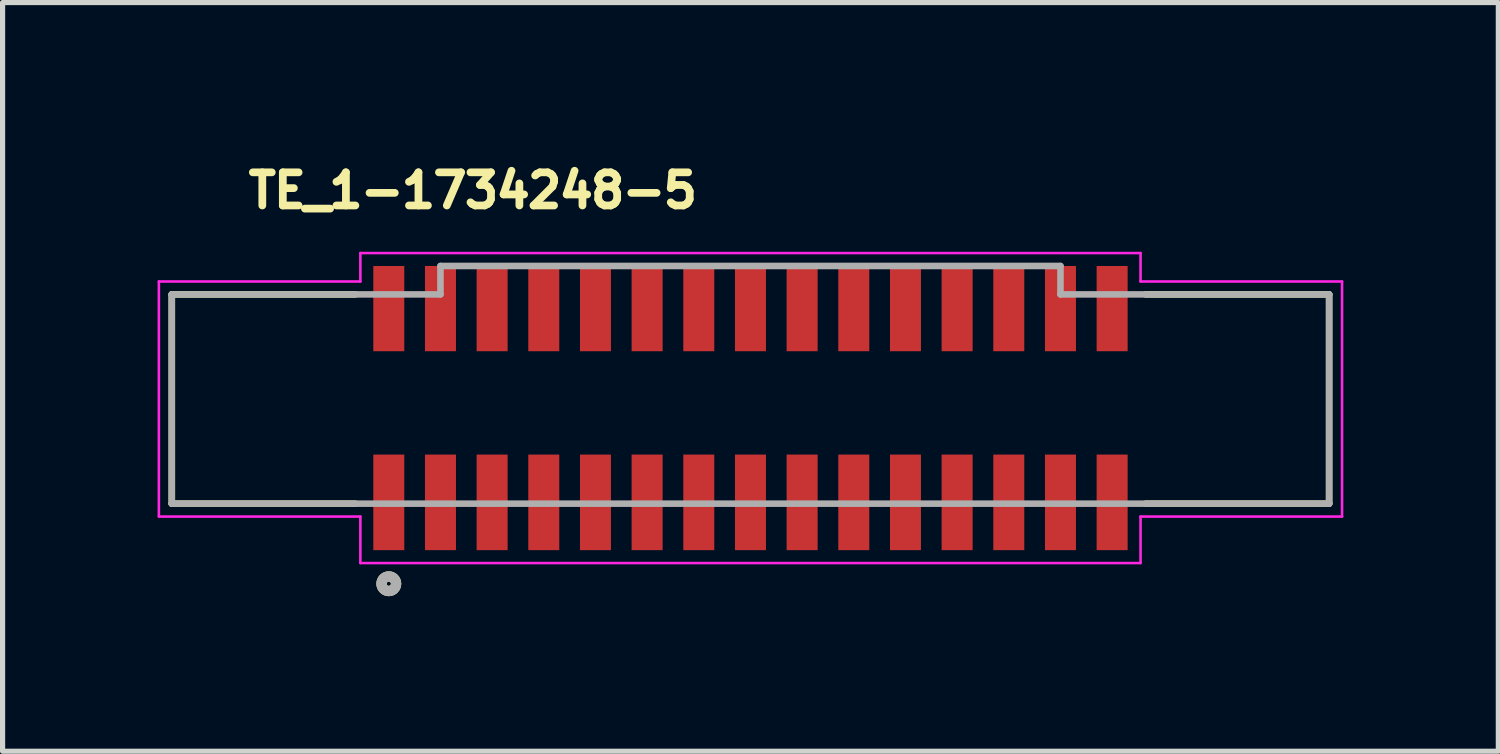
<source format=kicad_pcb>
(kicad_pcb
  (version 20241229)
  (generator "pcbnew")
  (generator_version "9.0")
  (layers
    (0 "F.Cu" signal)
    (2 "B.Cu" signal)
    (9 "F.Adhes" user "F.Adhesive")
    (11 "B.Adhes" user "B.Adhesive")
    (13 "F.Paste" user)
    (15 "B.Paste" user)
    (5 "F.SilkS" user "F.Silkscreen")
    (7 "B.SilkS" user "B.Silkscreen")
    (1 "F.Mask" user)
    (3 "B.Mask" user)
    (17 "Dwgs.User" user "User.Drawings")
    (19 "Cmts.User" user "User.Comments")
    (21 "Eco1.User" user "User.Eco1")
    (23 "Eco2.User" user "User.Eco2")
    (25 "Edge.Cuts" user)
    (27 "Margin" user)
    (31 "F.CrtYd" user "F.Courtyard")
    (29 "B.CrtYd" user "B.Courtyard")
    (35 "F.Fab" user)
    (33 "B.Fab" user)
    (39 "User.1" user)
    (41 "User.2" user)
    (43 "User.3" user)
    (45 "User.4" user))
  (footprint "TE_1-1734248-5"
    (layer "F.Cu")
    (at 11.475 4.648)
    (property "Reference" "TE_1-1734248-5" (at -5.373 -4.01 0) (layer "F.SilkS") (effects (font (size 0.641 0.641) (thickness 0.15))))
    (attr smd)
    (fp_line (start -11.2 -2) (end -7.65 -2) (stroke (width 0.127) (type solid)) (layer "F.SilkS"))
    (fp_line (start -11.2 2.05) (end -11.2 -2) (stroke (width 0.127) (type solid)) (layer "F.SilkS"))
    (fp_line (start -11.2 2.05) (end -7.65 2.05) (stroke (width 0.127) (type solid)) (layer "F.SilkS"))
    (fp_line (start 11.2 -2) (end 7.65 -2) (stroke (width 0.127) (type solid)) (layer "F.SilkS"))
    (fp_line (start 11.2 2.05) (end 7.65 2.05) (stroke (width 0.127) (type solid)) (layer "F.SilkS"))
    (fp_line (start 11.2 2.05) (end 11.2 -2) (stroke (width 0.127) (type solid)) (layer "F.SilkS"))
    (fp_circle (center -7 3.6) (end -6.859 3.6) (stroke (width 0.2) (type solid)) (fill no) (layer "F.SilkS"))
    (fp_line (start -11.45 -2.25) (end -7.55 -2.25) (stroke (width 0.05) (type solid)) (layer "F.CrtYd"))
    (fp_line (start -11.45 2.3) (end -11.45 -2.25) (stroke (width 0.05) (type solid)) (layer "F.CrtYd"))
    (fp_line (start -7.55 -2.8) (end 7.55 -2.8) (stroke (width 0.05) (type solid)) (layer "F.CrtYd"))
    (fp_line (start -7.55 -2.25) (end -7.55 -2.8) (stroke (width 0.05) (type solid)) (layer "F.CrtYd"))
    (fp_line (start -7.55 2.3) (end -11.45 2.3) (stroke (width 0.05) (type solid)) (layer "F.CrtYd"))
    (fp_line (start -7.55 3.2) (end -7.55 2.3) (stroke (width 0.05) (type solid)) (layer "F.CrtYd"))
    (fp_line (start 7.55 -2.8) (end 7.55 -2.25) (stroke (width 0.05) (type solid)) (layer "F.CrtYd"))
    (fp_line (start 7.55 -2.25) (end 11.45 -2.25) (stroke (width 0.05) (type solid)) (layer "F.CrtYd"))
    (fp_line (start 7.55 2.3) (end 7.55 3.2) (stroke (width 0.05) (type solid)) (layer "F.CrtYd"))
    (fp_line (start 7.55 3.2) (end -7.55 3.2) (stroke (width 0.05) (type solid)) (layer "F.CrtYd"))
    (fp_line (start 11.45 -2.25) (end 11.45 2.3) (stroke (width 0.05) (type solid)) (layer "F.CrtYd"))
    (fp_line (start 11.45 2.3) (end 7.55 2.3) (stroke (width 0.05) (type solid)) (layer "F.CrtYd"))
    (fp_line (start -11.2 -2) (end -6 -2) (stroke (width 0.127) (type solid)) (layer "F.Fab"))
    (fp_line (start -11.2 2.05) (end -11.2 -2) (stroke (width 0.127) (type solid)) (layer "F.Fab"))
    (fp_line (start -6 -2.55) (end 6 -2.55) (stroke (width 0.127) (type solid)) (layer "F.Fab"))
    (fp_line (start -6 -2) (end -6 -2.55) (stroke (width 0.127) (type solid)) (layer "F.Fab"))
    (fp_line (start 6 -2) (end 6 -2.55) (stroke (width 0.127) (type solid)) (layer "F.Fab"))
    (fp_line (start 11.2 -2) (end 6 -2) (stroke (width 0.127) (type solid)) (layer "F.Fab"))
    (fp_line (start 11.2 2.05) (end -11.2 2.05) (stroke (width 0.127) (type solid)) (layer "F.Fab"))
    (fp_line (start 11.2 2.05) (end 11.2 -2) (stroke (width 0.127) (type solid)) (layer "F.Fab"))
    (fp_circle (center -7 3.6) (end -6.859 3.6) (stroke (width 0.2) (type solid)) (fill no) (layer "F.Fab"))
    (pad "1" smd rect (at -7 2.025 180) (size 0.6 1.85) (layers "F.Cu" "F.Mask" "F.Paste"))
    (pad "1_1" smd rect (at -7 -1.725 180) (size 0.6 1.65) (layers "F.Cu" "F.Mask" "F.Paste"))
    (pad "2" smd rect (at -6 2.025 180) (size 0.6 1.85) (layers "F.Cu" "F.Mask" "F.Paste"))
    (pad "2_1" smd rect (at -6 -1.725 180) (size 0.6 1.65) (layers "F.Cu" "F.Mask" "F.Paste"))
    (pad "3" smd rect (at -5 2.025 180) (size 0.6 1.85) (layers "F.Cu" "F.Mask" "F.Paste"))
    (pad "3_1" smd rect (at -5 -1.725 180) (size 0.6 1.65) (layers "F.Cu" "F.Mask" "F.Paste"))
    (pad "4" smd rect (at -4 2.025 180) (size 0.6 1.85) (layers "F.Cu" "F.Mask" "F.Paste"))
    (pad "4_1" smd rect (at -4 -1.725 180) (size 0.6 1.65) (layers "F.Cu" "F.Mask" "F.Paste"))
    (pad "5" smd rect (at -3 2.025 180) (size 0.6 1.85) (layers "F.Cu" "F.Mask" "F.Paste"))
    (pad "5_1" smd rect (at -3 -1.725 180) (size 0.6 1.65) (layers "F.Cu" "F.Mask" "F.Paste"))
    (pad "6" smd rect (at -2 2.025 180) (size 0.6 1.85) (layers "F.Cu" "F.Mask" "F.Paste"))
    (pad "6_1" smd rect (at -2 -1.725 180) (size 0.6 1.65) (layers "F.Cu" "F.Mask" "F.Paste"))
    (pad "7" smd rect (at -1 2.025 180) (size 0.6 1.85) (layers "F.Cu" "F.Mask" "F.Paste"))
    (pad "7_1" smd rect (at -1 -1.725 180) (size 0.6 1.65) (layers "F.Cu" "F.Mask" "F.Paste"))
    (pad "8" smd rect (at 0 2.025 180) (size 0.6 1.85) (layers "F.Cu" "F.Mask" "F.Paste"))
    (pad "8_1" smd rect (at 0 -1.725 180) (size 0.6 1.65) (layers "F.Cu" "F.Mask" "F.Paste"))
    (pad "9" smd rect (at 1 2.025 180) (size 0.6 1.85) (layers "F.Cu" "F.Mask" "F.Paste"))
    (pad "9_1" smd rect (at 1 -1.725 180) (size 0.6 1.65) (layers "F.Cu" "F.Mask" "F.Paste"))
    (pad "10" smd rect (at 2 2.025 180) (size 0.6 1.85) (layers "F.Cu" "F.Mask" "F.Paste"))
    (pad "10_1" smd rect (at 2 -1.725 180) (size 0.6 1.65) (layers "F.Cu" "F.Mask" "F.Paste"))
    (pad "11" smd rect (at 3 2.025 180) (size 0.6 1.85) (layers "F.Cu" "F.Mask" "F.Paste"))
    (pad "11_1" smd rect (at 3 -1.725 180) (size 0.6 1.65) (layers "F.Cu" "F.Mask" "F.Paste"))
    (pad "12" smd rect (at 4 2.025 180) (size 0.6 1.85) (layers "F.Cu" "F.Mask" "F.Paste"))
    (pad "12_1" smd rect (at 4 -1.725 180) (size 0.6 1.65) (layers "F.Cu" "F.Mask" "F.Paste"))
    (pad "13" smd rect (at 5 2.025 180) (size 0.6 1.85) (layers "F.Cu" "F.Mask" "F.Paste"))
    (pad "13_1" smd rect (at 5 -1.725 180) (size 0.6 1.65) (layers "F.Cu" "F.Mask" "F.Paste"))
    (pad "14" smd rect (at 6 2.025 180) (size 0.6 1.85) (layers "F.Cu" "F.Mask" "F.Paste"))
    (pad "14_1" smd rect (at 6 -1.725 180) (size 0.6 1.65) (layers "F.Cu" "F.Mask" "F.Paste"))
    (pad "15" smd rect (at 7 2.025 180) (size 0.6 1.85) (layers "F.Cu" "F.Mask" "F.Paste"))
    (pad "15_1" smd rect (at 7 -1.725 180) (size 0.6 1.65) (layers "F.Cu" "F.Mask" "F.Paste")))
  (gr_rect
    (start -3 -3)
    (end 25.95 11.49)
    (stroke (width 0.1) (type default))
    (fill no)
    (layer "Edge.Cuts")))
</source>
